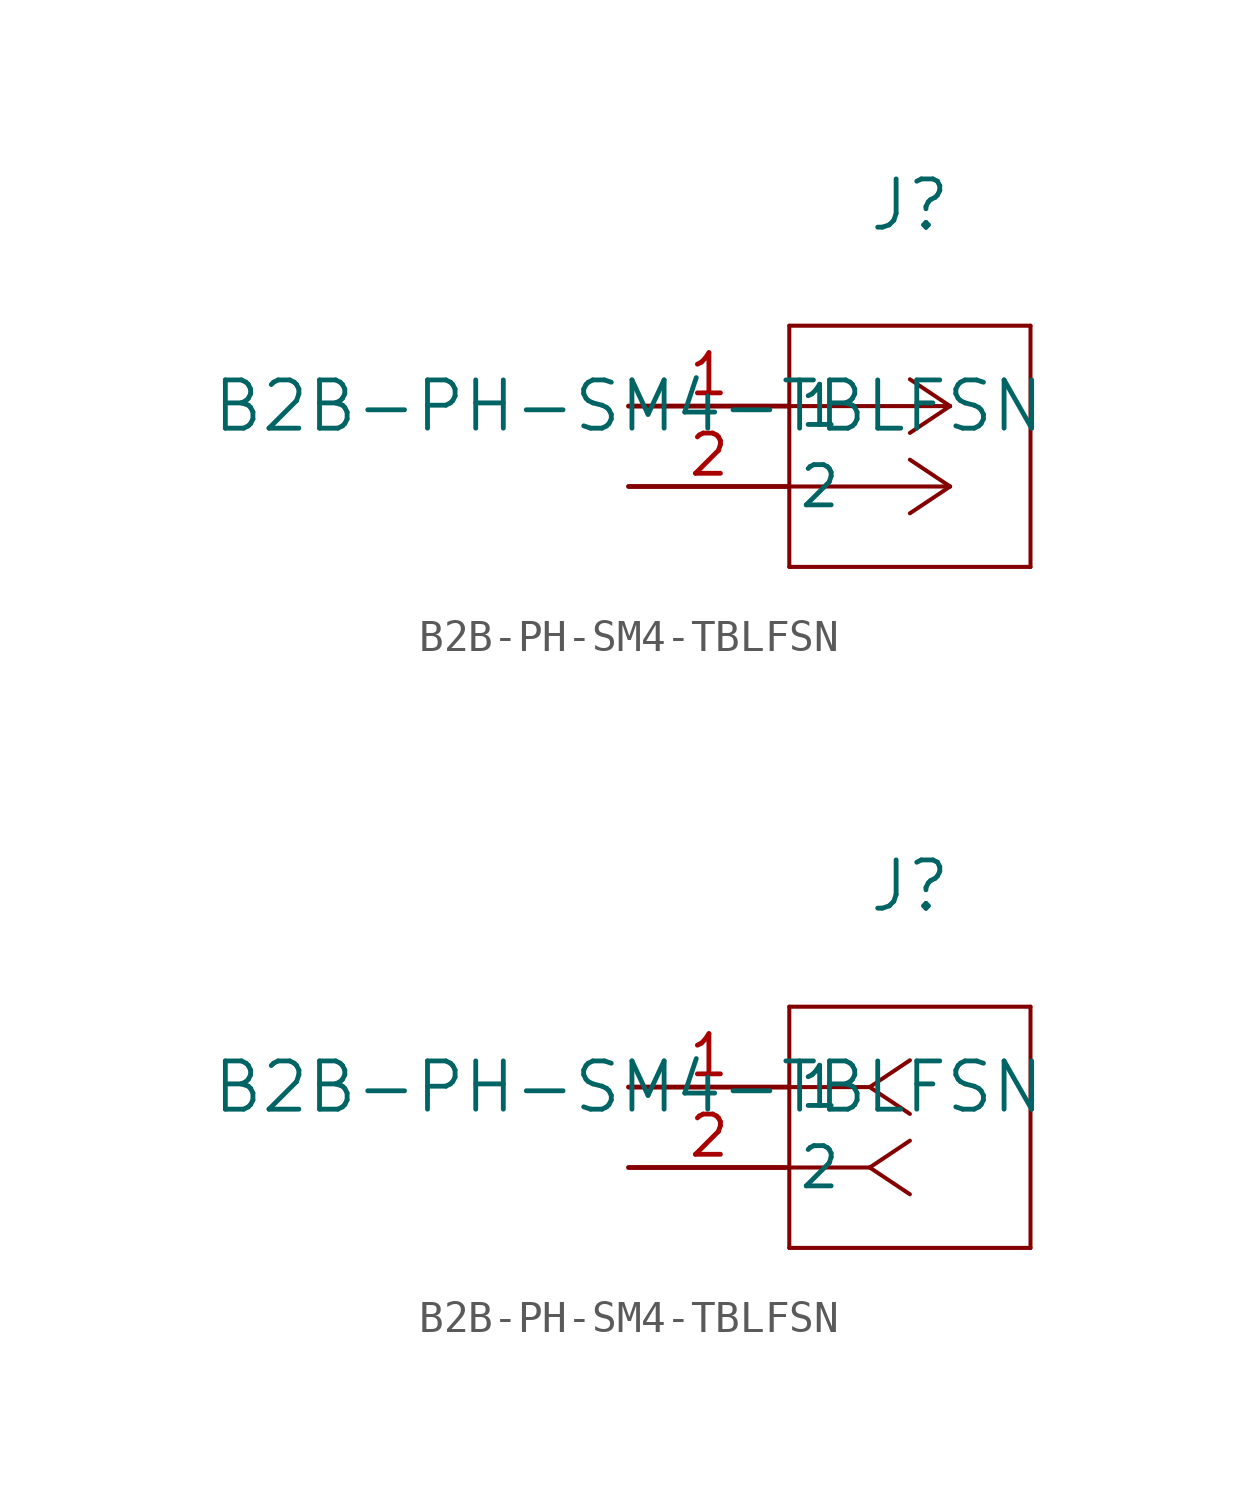
<source format=kicad_sym>
(kicad_symbol_lib
  (version 20211014)
  (generator kicad_symbol_editor)
  (symbol "B2B-PH-SM4-TBLFSN"
    (pin_names
      (offset 0.254))
    (property "Reference" "J"
      (at 8.89 6.35 0)
      (effects (font (size 1.524 1.524))))
    (property "Value" "B2B-PH-SM4-TBLFSN"
      (at 0 0 0)
      (effects (font (size 1.524 1.524))))
    (symbol "B2B-PH-SM4-TBLFSN_1_1"
      (polyline (pts (xy 10.16 0) (xy 5.08 0)) (stroke (width 0.127) (type default) (color 0 0 0 0)) (fill (type none)))
      (polyline (pts (xy 10.16 -2.54) (xy 5.08 -2.54)) (stroke (width 0.127) (type default) (color 0 0 0 0)) (fill (type none)))
      (polyline (pts (xy 10.16 0) (xy 8.89 0.847)) (stroke (width 0.127) (type default) (color 0 0 0 0)) (fill (type none)))
      (polyline (pts (xy 10.16 -2.54) (xy 8.89 -1.693)) (stroke (width 0.127) (type default) (color 0 0 0 0)) (fill (type none)))
      (polyline (pts (xy 10.16 0) (xy 8.89 -0.847)) (stroke (width 0.127) (type default) (color 0 0 0 0)) (fill (type none)))
      (polyline (pts (xy 10.16 -2.54) (xy 8.89 -3.387)) (stroke (width 0.127) (type default) (color 0 0 0 0)) (fill (type none)))
      (polyline (pts (xy 5.08 2.54) (xy 5.08 -5.08)) (stroke (width 0.127) (type default) (color 0 0 0 0)) (fill (type none)))
      (polyline (pts (xy 5.08 -5.08) (xy 12.7 -5.08)) (stroke (width 0.127) (type default) (color 0 0 0 0)) (fill (type none)))
      (polyline (pts (xy 12.7 -5.08) (xy 12.7 2.54)) (stroke (width 0.127) (type default) (color 0 0 0 0)) (fill (type none)))
      (polyline (pts (xy 12.7 2.54) (xy 5.08 2.54)) (stroke (width 0.127) (type default) (color 0 0 0 0)) (fill (type none)))
      (pin unspecified line (at 0 0 0) (length 5.08) (name "1" (effects (font (size 1.27 1.27)))) (number "1" (effects (font (size 1.27 1.27)))))
      (pin unspecified line (at 0 -2.54 0) (length 5.08) (name "2" (effects (font (size 1.27 1.27)))) (number "2" (effects (font (size 1.27 1.27))))))
    (symbol "B2B-PH-SM4-TBLFSN_1_2"
      (polyline (pts (xy 7.62 0) (xy 5.08 0)) (stroke (width 0.127) (type default) (color 0 0 0 0)) (fill (type none)))
      (polyline (pts (xy 7.62 -2.54) (xy 5.08 -2.54)) (stroke (width 0.127) (type default) (color 0 0 0 0)) (fill (type none)))
      (polyline (pts (xy 7.62 0) (xy 8.89 0.847)) (stroke (width 0.127) (type default) (color 0 0 0 0)) (fill (type none)))
      (polyline (pts (xy 7.62 -2.54) (xy 8.89 -1.693)) (stroke (width 0.127) (type default) (color 0 0 0 0)) (fill (type none)))
      (polyline (pts (xy 7.62 0) (xy 8.89 -0.847)) (stroke (width 0.127) (type default) (color 0 0 0 0)) (fill (type none)))
      (polyline (pts (xy 7.62 -2.54) (xy 8.89 -3.387)) (stroke (width 0.127) (type default) (color 0 0 0 0)) (fill (type none)))
      (polyline (pts (xy 5.08 2.54) (xy 5.08 -5.08)) (stroke (width 0.127) (type default) (color 0 0 0 0)) (fill (type none)))
      (polyline (pts (xy 5.08 -5.08) (xy 12.7 -5.08)) (stroke (width 0.127) (type default) (color 0 0 0 0)) (fill (type none)))
      (polyline (pts (xy 12.7 -5.08) (xy 12.7 2.54)) (stroke (width 0.127) (type default) (color 0 0 0 0)) (fill (type none)))
      (polyline (pts (xy 12.7 2.54) (xy 5.08 2.54)) (stroke (width 0.127) (type default) (color 0 0 0 0)) (fill (type none)))
      (pin unspecified line (at 0 0 0) (length 5.08) (name "1" (effects (font (size 1.27 1.27)))) (number "1" (effects (font (size 1.27 1.27)))))
      (pin unspecified line (at 0 -2.54 0) (length 5.08) (name "2" (effects (font (size 1.27 1.27)))) (number "2" (effects (font (size 1.27 1.27))))))))
</source>
